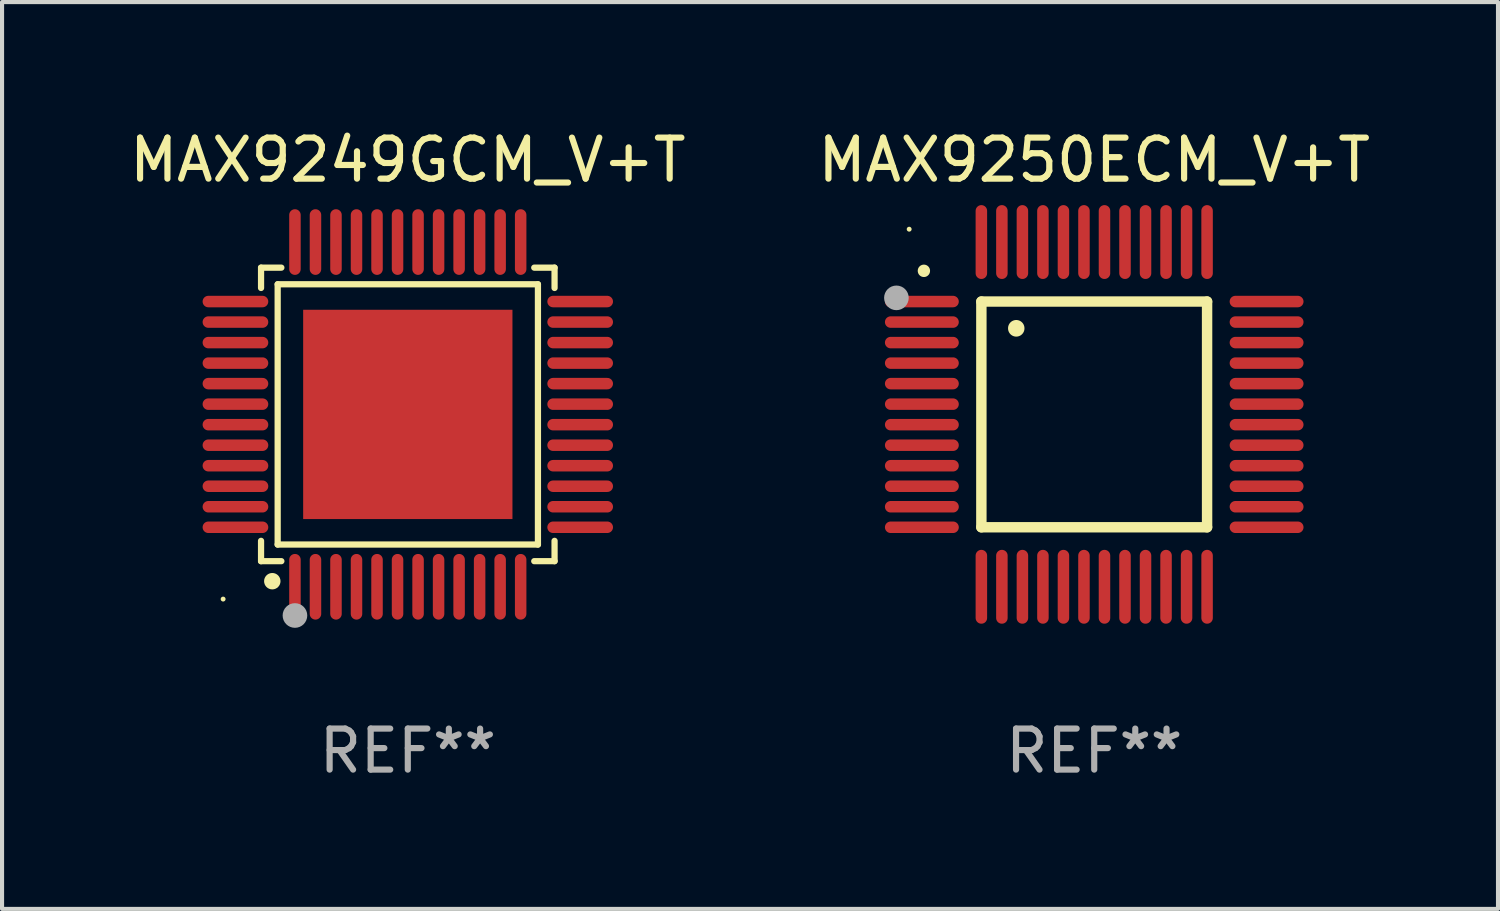
<source format=kicad_pcb>
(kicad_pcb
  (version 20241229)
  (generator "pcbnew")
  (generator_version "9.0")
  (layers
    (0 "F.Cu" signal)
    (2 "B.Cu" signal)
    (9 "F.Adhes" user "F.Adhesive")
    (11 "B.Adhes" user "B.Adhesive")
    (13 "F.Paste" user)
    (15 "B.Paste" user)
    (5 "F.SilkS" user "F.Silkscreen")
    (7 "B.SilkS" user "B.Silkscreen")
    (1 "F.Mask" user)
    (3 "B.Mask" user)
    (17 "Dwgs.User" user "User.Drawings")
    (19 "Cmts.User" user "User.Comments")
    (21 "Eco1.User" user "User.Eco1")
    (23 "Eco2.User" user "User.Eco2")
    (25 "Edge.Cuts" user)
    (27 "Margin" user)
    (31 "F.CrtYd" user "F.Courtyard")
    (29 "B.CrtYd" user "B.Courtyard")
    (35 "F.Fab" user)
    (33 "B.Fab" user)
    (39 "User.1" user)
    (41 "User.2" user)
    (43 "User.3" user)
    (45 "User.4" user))
  (footprint "MAX9250ECM_V+T"
    (layer "F.Cu")
    (at 23.613 7.048)
    (property "Reference" "MAX9250ECM_V+T" (at 0 -6.2 0) (layer "F.SilkS") (effects (font (size 1 1) (thickness 0.15))))
    (attr through_hole)
    (fp_line (start -2.75 -2.75) (end 2.75 -2.75) (stroke (width 0.254) (type solid)) (layer "F.SilkS"))
    (fp_line (start -2.75 2.75) (end -2.75 -2.75) (stroke (width 0.254) (type solid)) (layer "F.SilkS"))
    (fp_line (start 2.75 -2.75) (end 2.75 2.75) (stroke (width 0.254) (type solid)) (layer "F.SilkS"))
    (fp_line (start 2.75 2.75) (end -2.75 2.75) (stroke (width 0.254) (type solid)) (layer "F.SilkS"))
    (fp_arc (start -4.150368 -3.497587) (mid -4.150373 -3.498857) (end -4.150368 -3.500127) (stroke (width 0.3) (type solid)) (layer "F.SilkS"))
    (fp_arc (start -1.899924 -2.095504) (mid -1.89994 -2.098044) (end -1.899924 -2.100584) (stroke (width 0.4) (type solid)) (layer "F.SilkS"))
    (fp_circle (center -4.509 -4.513) (end -4.479 -4.513) (stroke (width 0.06) (type solid)) (fill no) (layer "F.SilkS"))
    (fp_circle (center -4.82 -2.84) (end -4.67 -2.84) (stroke (width 0.3) (type solid)) (fill no) (layer "F.Fab"))
    (fp_text user "REF**" (at 0 8.2 0) (layer "F.Fab") (effects (font (size 1 1) (thickness 0.15))))
    (pad "1" smd oval (at -4.2 -2.75 90) (size 0.28 1.8) (layers "F.Cu" "F.Mask" "F.Paste"))
    (pad "2" smd oval (at -4.2 -2.25 90) (size 0.28 1.8) (layers "F.Cu" "F.Mask" "F.Paste"))
    (pad "3" smd oval (at -4.2 -1.75 90) (size 0.28 1.8) (layers "F.Cu" "F.Mask" "F.Paste"))
    (pad "4" smd oval (at -4.2 -1.25 90) (size 0.28 1.8) (layers "F.Cu" "F.Mask" "F.Paste"))
    (pad "5" smd oval (at -4.2 -0.75 90) (size 0.28 1.8) (layers "F.Cu" "F.Mask" "F.Paste"))
    (pad "6" smd oval (at -4.2 -0.25 90) (size 0.28 1.8) (layers "F.Cu" "F.Mask" "F.Paste"))
    (pad "7" smd oval (at -4.2 0.25 90) (size 0.28 1.8) (layers "F.Cu" "F.Mask" "F.Paste"))
    (pad "8" smd oval (at -4.2 0.75 90) (size 0.28 1.8) (layers "F.Cu" "F.Mask" "F.Paste"))
    (pad "9" smd oval (at -4.2 1.25 90) (size 0.28 1.8) (layers "F.Cu" "F.Mask" "F.Paste"))
    (pad "10" smd oval (at -4.2 1.75 90) (size 0.28 1.8) (layers "F.Cu" "F.Mask" "F.Paste"))
    (pad "11" smd oval (at -4.2 2.25 90) (size 0.28 1.8) (layers "F.Cu" "F.Mask" "F.Paste"))
    (pad "12" smd oval (at -4.2 2.75 90) (size 0.28 1.8) (layers "F.Cu" "F.Mask" "F.Paste"))
    (pad "13" smd oval (at -2.75 4.2) (size 0.28 1.8) (layers "F.Cu" "F.Mask" "F.Paste"))
    (pad "14" smd oval (at -2.25 4.2) (size 0.28 1.8) (layers "F.Cu" "F.Mask" "F.Paste"))
    (pad "15" smd oval (at -1.75 4.2) (size 0.28 1.8) (layers "F.Cu" "F.Mask" "F.Paste"))
    (pad "16" smd oval (at -1.25 4.2) (size 0.28 1.8) (layers "F.Cu" "F.Mask" "F.Paste"))
    (pad "17" smd oval (at -0.75 4.2) (size 0.28 1.8) (layers "F.Cu" "F.Mask" "F.Paste"))
    (pad "18" smd oval (at -0.25 4.2) (size 0.28 1.8) (layers "F.Cu" "F.Mask" "F.Paste"))
    (pad "19" smd oval (at 0.25 4.2) (size 0.28 1.8) (layers "F.Cu" "F.Mask" "F.Paste"))
    (pad "20" smd oval (at 0.75 4.2) (size 0.28 1.8) (layers "F.Cu" "F.Mask" "F.Paste"))
    (pad "21" smd oval (at 1.25 4.2) (size 0.28 1.8) (layers "F.Cu" "F.Mask" "F.Paste"))
    (pad "22" smd oval (at 1.75 4.2) (size 0.28 1.8) (layers "F.Cu" "F.Mask" "F.Paste"))
    (pad "23" smd oval (at 2.25 4.2) (size 0.28 1.8) (layers "F.Cu" "F.Mask" "F.Paste"))
    (pad "24" smd oval (at 2.75 4.2) (size 0.28 1.8) (layers "F.Cu" "F.Mask" "F.Paste"))
    (pad "25" smd oval (at 4.2 2.75 90) (size 0.28 1.8) (layers "F.Cu" "F.Mask" "F.Paste"))
    (pad "26" smd oval (at 4.2 2.25 90) (size 0.28 1.8) (layers "F.Cu" "F.Mask" "F.Paste"))
    (pad "27" smd oval (at 4.2 1.75 90) (size 0.28 1.8) (layers "F.Cu" "F.Mask" "F.Paste"))
    (pad "28" smd oval (at 4.2 1.25 90) (size 0.28 1.8) (layers "F.Cu" "F.Mask" "F.Paste"))
    (pad "29" smd oval (at 4.2 0.75 90) (size 0.28 1.8) (layers "F.Cu" "F.Mask" "F.Paste"))
    (pad "30" smd oval (at 4.2 0.25 90) (size 0.28 1.8) (layers "F.Cu" "F.Mask" "F.Paste"))
    (pad "31" smd oval (at 4.2 -0.25 90) (size 0.28 1.8) (layers "F.Cu" "F.Mask" "F.Paste"))
    (pad "32" smd oval (at 4.2 -0.75 90) (size 0.28 1.8) (layers "F.Cu" "F.Mask" "F.Paste"))
    (pad "33" smd oval (at 4.2 -1.25 90) (size 0.28 1.8) (layers "F.Cu" "F.Mask" "F.Paste"))
    (pad "34" smd oval (at 4.2 -1.75 90) (size 0.28 1.8) (layers "F.Cu" "F.Mask" "F.Paste"))
    (pad "35" smd oval (at 4.2 -2.25 90) (size 0.28 1.8) (layers "F.Cu" "F.Mask" "F.Paste"))
    (pad "36" smd oval (at 4.2 -2.75 90) (size 0.28 1.8) (layers "F.Cu" "F.Mask" "F.Paste"))
    (pad "37" smd oval (at 2.75 -4.2) (size 0.28 1.8) (layers "F.Cu" "F.Mask" "F.Paste"))
    (pad "38" smd oval (at 2.25 -4.2) (size 0.28 1.8) (layers "F.Cu" "F.Mask" "F.Paste"))
    (pad "39" smd oval (at 1.75 -4.2) (size 0.28 1.8) (layers "F.Cu" "F.Mask" "F.Paste"))
    (pad "40" smd oval (at 1.25 -4.2) (size 0.28 1.8) (layers "F.Cu" "F.Mask" "F.Paste"))
    (pad "41" smd oval (at 0.75 -4.2) (size 0.28 1.8) (layers "F.Cu" "F.Mask" "F.Paste"))
    (pad "42" smd oval (at 0.25 -4.2) (size 0.28 1.8) (layers "F.Cu" "F.Mask" "F.Paste"))
    (pad "43" smd oval (at -0.25 -4.2) (size 0.28 1.8) (layers "F.Cu" "F.Mask" "F.Paste"))
    (pad "44" smd oval (at -0.75 -4.2) (size 0.28 1.8) (layers "F.Cu" "F.Mask" "F.Paste"))
    (pad "45" smd oval (at -1.25 -4.2) (size 0.28 1.8) (layers "F.Cu" "F.Mask" "F.Paste"))
    (pad "46" smd oval (at -1.75 -4.2) (size 0.28 1.8) (layers "F.Cu" "F.Mask" "F.Paste"))
    (pad "47" smd oval (at -2.25 -4.2) (size 0.28 1.8) (layers "F.Cu" "F.Mask" "F.Paste"))
    (pad "48" smd oval (at -2.75 -4.2) (size 0.28 1.8) (layers "F.Cu" "F.Mask" "F.Paste")))
  (footprint "MAX9249GCM_V+T"
    (layer "F.Cu")
    (at 6.887 7.048)
    (property "Reference" "MAX9249GCM_V+T" (at 0 -6.2 0) (layer "F.SilkS") (effects (font (size 1 1) (thickness 0.15))))
    (attr through_hole)
    (fp_line (start -3.576 -3.576) (end -3.081 -3.576) (stroke (width 0.152) (type solid)) (layer "F.SilkS"))
    (fp_line (start -3.576 -3.081) (end -3.576 -3.576) (stroke (width 0.152) (type solid)) (layer "F.SilkS"))
    (fp_line (start -3.576 3.081) (end -3.576 3.576) (stroke (width 0.152) (type solid)) (layer "F.SilkS"))
    (fp_line (start -3.576 3.576) (end -3.081 3.576) (stroke (width 0.152) (type solid)) (layer "F.SilkS"))
    (fp_line (start -3.171 -3.171) (end 3.171 -3.171) (stroke (width 0.152) (type solid)) (layer "F.SilkS"))
    (fp_line (start -3.171 3.171) (end -3.171 -3.171) (stroke (width 0.152) (type solid)) (layer "F.SilkS"))
    (fp_line (start 3.171 -3.171) (end 3.171 3.171) (stroke (width 0.152) (type solid)) (layer "F.SilkS"))
    (fp_line (start 3.171 3.171) (end -3.171 3.171) (stroke (width 0.152) (type solid)) (layer "F.SilkS"))
    (fp_line (start 3.576 -3.576) (end 3.081 -3.576) (stroke (width 0.152) (type solid)) (layer "F.SilkS"))
    (fp_line (start 3.576 -3.081) (end 3.576 -3.576) (stroke (width 0.152) (type solid)) (layer "F.SilkS"))
    (fp_line (start 3.576 3.081) (end 3.576 3.576) (stroke (width 0.152) (type solid)) (layer "F.SilkS"))
    (fp_line (start 3.576 3.576) (end 3.081 3.576) (stroke (width 0.152) (type solid)) (layer "F.SilkS"))
    (fp_circle (center -4.5 4.5) (end -4.47 4.5) (stroke (width 0.06) (type solid)) (fill no) (layer "F.SilkS"))
    (fp_circle (center -3.302 4.064) (end -3.202 4.064) (stroke (width 0.2) (type solid)) (fill no) (layer "F.SilkS"))
    (fp_circle (center -2.75 4.9) (end -2.6 4.9) (stroke (width 0.3) (type solid)) (fill no) (layer "F.Fab"))
    (fp_text user "REF**" (at 0 8.2 0) (layer "F.Fab") (effects (font (size 1 1) (thickness 0.15))))
    (pad "1" smd oval (at -2.75 4.2) (size 0.28 1.6) (layers "F.Cu" "F.Mask" "F.Paste"))
    (pad "2" smd oval (at -2.25 4.2) (size 0.28 1.6) (layers "F.Cu" "F.Mask" "F.Paste"))
    (pad "3" smd oval (at -1.75 4.2) (size 0.28 1.6) (layers "F.Cu" "F.Mask" "F.Paste"))
    (pad "4" smd oval (at -1.25 4.2) (size 0.28 1.6) (layers "F.Cu" "F.Mask" "F.Paste"))
    (pad "5" smd oval (at -0.75 4.2) (size 0.28 1.6) (layers "F.Cu" "F.Mask" "F.Paste"))
    (pad "6" smd oval (at -0.25 4.2) (size 0.28 1.6) (layers "F.Cu" "F.Mask" "F.Paste"))
    (pad "7" smd oval (at 0.25 4.2) (size 0.28 1.6) (layers "F.Cu" "F.Mask" "F.Paste"))
    (pad "8" smd oval (at 0.75 4.2) (size 0.28 1.6) (layers "F.Cu" "F.Mask" "F.Paste"))
    (pad "9" smd oval (at 1.25 4.2) (size 0.28 1.6) (layers "F.Cu" "F.Mask" "F.Paste"))
    (pad "10" smd oval (at 1.75 4.2) (size 0.28 1.6) (layers "F.Cu" "F.Mask" "F.Paste"))
    (pad "11" smd oval (at 2.25 4.2) (size 0.28 1.6) (layers "F.Cu" "F.Mask" "F.Paste"))
    (pad "12" smd oval (at 2.75 4.2) (size 0.28 1.6) (layers "F.Cu" "F.Mask" "F.Paste"))
    (pad "13" smd oval (at 4.2 2.75) (size 1.6 0.28) (layers "F.Cu" "F.Mask" "F.Paste"))
    (pad "14" smd oval (at 4.2 2.25) (size 1.6 0.28) (layers "F.Cu" "F.Mask" "F.Paste"))
    (pad "15" smd oval (at 4.2 1.75) (size 1.6 0.28) (layers "F.Cu" "F.Mask" "F.Paste"))
    (pad "16" smd oval (at 4.2 1.25) (size 1.6 0.28) (layers "F.Cu" "F.Mask" "F.Paste"))
    (pad "17" smd oval (at 4.2 0.75) (size 1.6 0.28) (layers "F.Cu" "F.Mask" "F.Paste"))
    (pad "18" smd oval (at 4.2 0.25) (size 1.6 0.28) (layers "F.Cu" "F.Mask" "F.Paste"))
    (pad "19" smd oval (at 4.2 -0.25) (size 1.6 0.28) (layers "F.Cu" "F.Mask" "F.Paste"))
    (pad "20" smd oval (at 4.2 -0.75) (size 1.6 0.28) (layers "F.Cu" "F.Mask" "F.Paste"))
    (pad "21" smd oval (at 4.2 -1.25) (size 1.6 0.28) (layers "F.Cu" "F.Mask" "F.Paste"))
    (pad "22" smd oval (at 4.2 -1.75) (size 1.6 0.28) (layers "F.Cu" "F.Mask" "F.Paste"))
    (pad "23" smd oval (at 4.2 -2.25) (size 1.6 0.28) (layers "F.Cu" "F.Mask" "F.Paste"))
    (pad "24" smd oval (at 4.2 -2.75) (size 1.6 0.28) (layers "F.Cu" "F.Mask" "F.Paste"))
    (pad "25" smd oval (at 2.75 -4.2) (size 0.28 1.6) (layers "F.Cu" "F.Mask" "F.Paste"))
    (pad "26" smd oval (at 2.25 -4.2) (size 0.28 1.6) (layers "F.Cu" "F.Mask" "F.Paste"))
    (pad "27" smd oval (at 1.75 -4.2) (size 0.28 1.6) (layers "F.Cu" "F.Mask" "F.Paste"))
    (pad "28" smd oval (at 1.25 -4.2) (size 0.28 1.6) (layers "F.Cu" "F.Mask" "F.Paste"))
    (pad "29" smd oval (at 0.75 -4.2) (size 0.28 1.6) (layers "F.Cu" "F.Mask" "F.Paste"))
    (pad "30" smd oval (at 0.25 -4.2) (size 0.28 1.6) (layers "F.Cu" "F.Mask" "F.Paste"))
    (pad "31" smd oval (at -0.25 -4.2) (size 0.28 1.6) (layers "F.Cu" "F.Mask" "F.Paste"))
    (pad "32" smd oval (at -0.75 -4.2) (size 0.28 1.6) (layers "F.Cu" "F.Mask" "F.Paste"))
    (pad "33" smd oval (at -1.25 -4.2) (size 0.28 1.6) (layers "F.Cu" "F.Mask" "F.Paste"))
    (pad "34" smd oval (at -1.75 -4.2) (size 0.28 1.6) (layers "F.Cu" "F.Mask" "F.Paste"))
    (pad "35" smd oval (at -2.25 -4.2) (size 0.28 1.6) (layers "F.Cu" "F.Mask" "F.Paste"))
    (pad "36" smd oval (at -2.75 -4.2) (size 0.28 1.6) (layers "F.Cu" "F.Mask" "F.Paste"))
    (pad "37" smd oval (at -4.2 -2.75) (size 1.6 0.28) (layers "F.Cu" "F.Mask" "F.Paste"))
    (pad "38" smd oval (at -4.2 -2.25) (size 1.6 0.28) (layers "F.Cu" "F.Mask" "F.Paste"))
    (pad "39" smd oval (at -4.2 -1.75) (size 1.6 0.28) (layers "F.Cu" "F.Mask" "F.Paste"))
    (pad "40" smd oval (at -4.2 -1.25) (size 1.6 0.28) (layers "F.Cu" "F.Mask" "F.Paste"))
    (pad "41" smd oval (at -4.2 -0.75) (size 1.6 0.28) (layers "F.Cu" "F.Mask" "F.Paste"))
    (pad "42" smd oval (at -4.2 -0.25) (size 1.6 0.28) (layers "F.Cu" "F.Mask" "F.Paste"))
    (pad "43" smd oval (at -4.2 0.25) (size 1.6 0.28) (layers "F.Cu" "F.Mask" "F.Paste"))
    (pad "44" smd oval (at -4.2 0.75) (size 1.6 0.28) (layers "F.Cu" "F.Mask" "F.Paste"))
    (pad "45" smd oval (at -4.2 1.25) (size 1.6 0.28) (layers "F.Cu" "F.Mask" "F.Paste"))
    (pad "46" smd oval (at -4.2 1.75) (size 1.6 0.28) (layers "F.Cu" "F.Mask" "F.Paste"))
    (pad "47" smd oval (at -4.2 2.25) (size 1.6 0.28) (layers "F.Cu" "F.Mask" "F.Paste"))
    (pad "48" smd oval (at -4.2 2.75) (size 1.6 0.28) (layers "F.Cu" "F.Mask" "F.Paste"))
    (pad "49" smd rect (at 0 0) (size 5.1 5.1) (layers "F.Cu" "F.Mask" "F.Paste")))
  (gr_rect
    (start -3 -3)
    (end 33.452 19.097)
    (stroke (width 0.1) (type default))
    (fill no)
    (layer "Edge.Cuts")))
</source>
